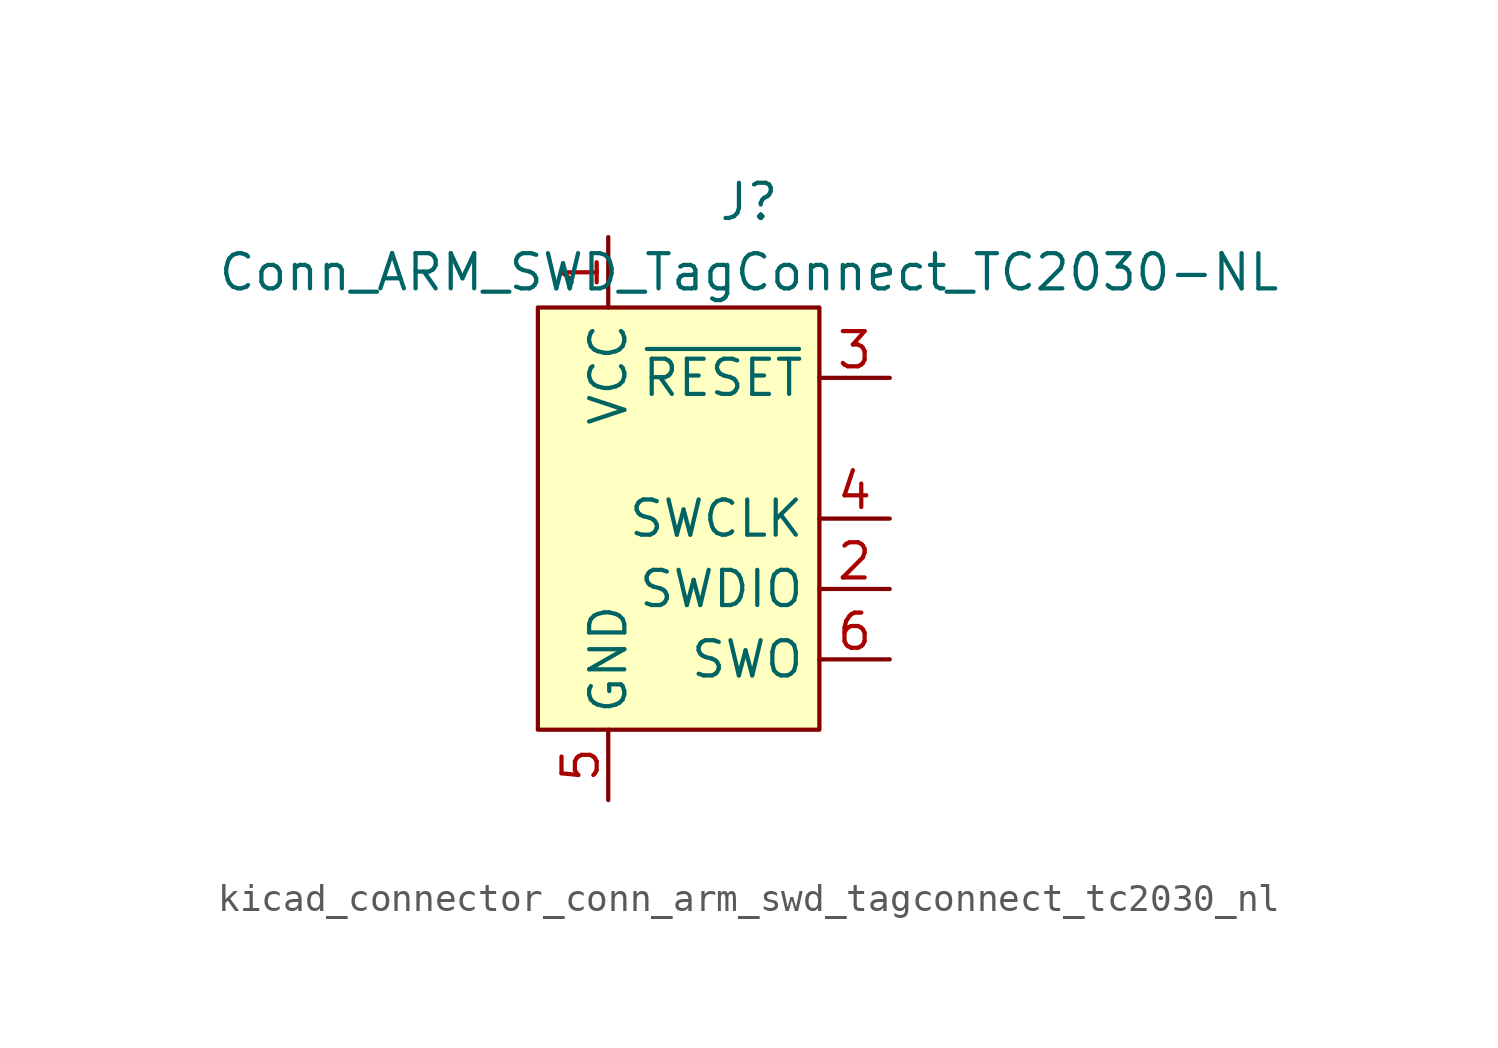
<source format=kicad_sym>
(kicad_symbol_lib
  (version 20220914)
  (generator kicad_symbol_editor)
  (symbol "kicad_connector_conn_arm_swd_tagconnect_tc2030_nl"
    (property "Reference" "J"
      (at 2.54 11.43 0)
      (effects (font (size 1.27 1.27))))
    (property "Value" "Conn_ARM_SWD_TagConnect_TC2030-NL"
      (at 2.54 8.89 0)
      (effects (font (size 1.27 1.27))))
    (symbol "kicad_connector_conn_arm_swd_tagconnect_tc2030_nl_0_0"
      (pin power_in line (at -2.54 10.16 270) (length 2.54) (name "VCC" (effects (font (size 1.27 1.27)))) (number "1" (effects (font (size 1.27 1.27)))))
      (pin bidirectional line (at 7.62 -2.54 180) (length 2.54) (name "SWDIO" (effects (font (size 1.27 1.27)))) (number "2" (effects (font (size 1.27 1.27)))) (alternate "TMS" bidirectional line))
      (pin open_collector line (at 7.62 5.08 180) (length 2.54) (name "~{RESET}" (effects (font (size 1.27 1.27)))) (number "3" (effects (font (size 1.27 1.27)))))
      (pin output line (at 7.62 0 180) (length 2.54) (name "SWCLK" (effects (font (size 1.27 1.27)))) (number "4" (effects (font (size 1.27 1.27)))) (alternate "TCK" output line))
      (pin power_in line (at -2.54 -10.16 90) (length 2.54) (name "GND" (effects (font (size 1.27 1.27)))) (number "5" (effects (font (size 1.27 1.27)))))
      (pin input line (at 7.62 -5.08 180) (length 2.54) (name "SWO" (effects (font (size 1.27 1.27)))) (number "6" (effects (font (size 1.27 1.27)))) (alternate "TDO" input line)))
    (symbol "kicad_connector_conn_arm_swd_tagconnect_tc2030_nl_0_1"
      (rectangle (start -5.08 7.62) (end 5.08 -7.62) (stroke (width 0) (type default)) (fill (type background))))))
</source>
